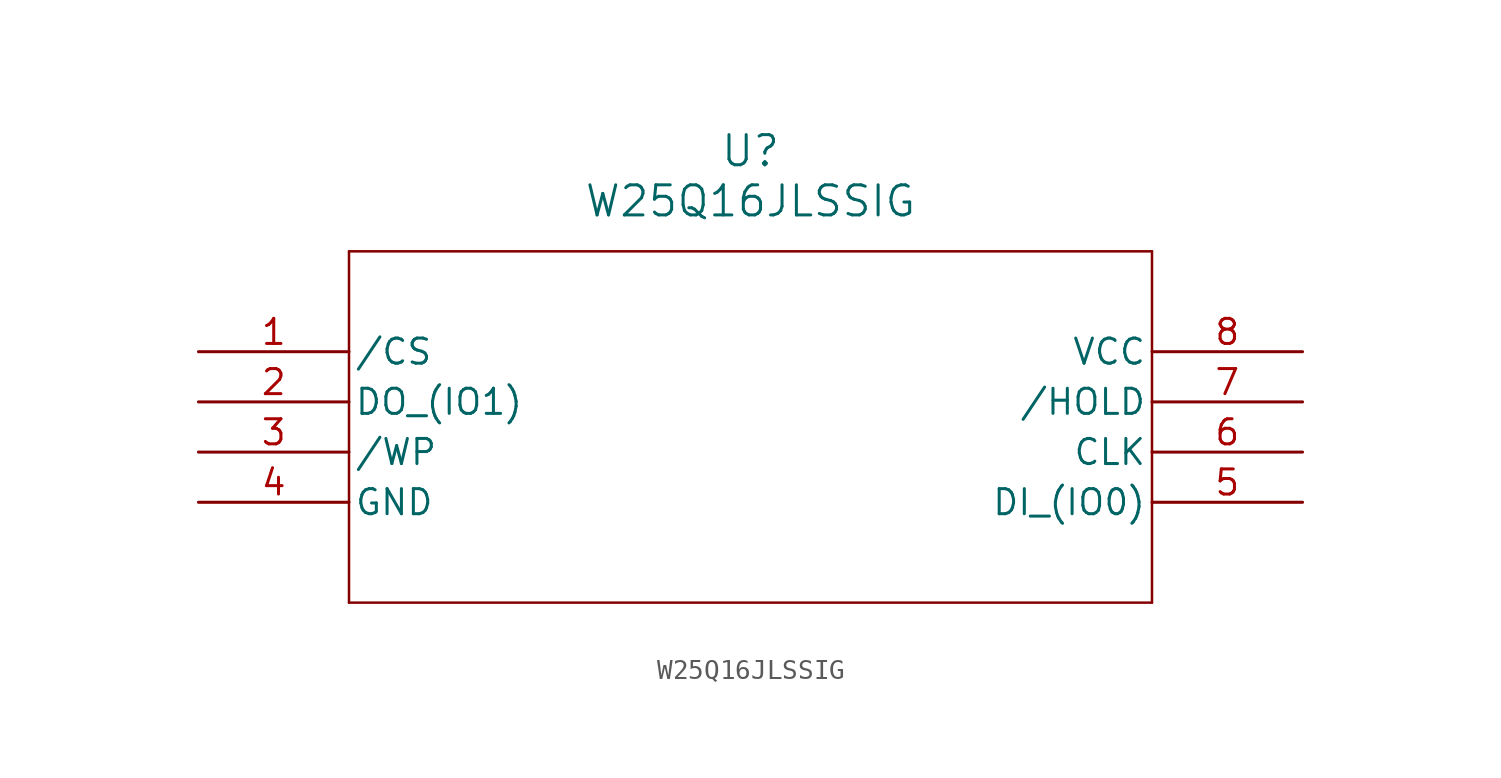
<source format=kicad_sym>
(kicad_symbol_lib
  (version 20211014)
  (generator kicad_symbol_editor)
  (symbol "W25Q16JLSSIG"
    (pin_names
      (offset 0.254))
    (property "Reference" "U"
      (at 27.94 10.16 0)
      (effects (font (size 1.524 1.524))))
    (property "Value" "W25Q16JLSSIG"
      (at 27.94 7.62 0)
      (effects (font (size 1.524 1.524))))
    (symbol "W25Q16JLSSIG_0_1"
      (polyline (pts (xy 7.62 5.08) (xy 7.62 -12.7)) (stroke (width 0.127) (type default) (color 0 0 0 0)) (fill (type none)))
      (polyline (pts (xy 7.62 -12.7) (xy 48.26 -12.7)) (stroke (width 0.127) (type default) (color 0 0 0 0)) (fill (type none)))
      (polyline (pts (xy 48.26 -12.7) (xy 48.26 5.08)) (stroke (width 0.127) (type default) (color 0 0 0 0)) (fill (type none)))
      (polyline (pts (xy 48.26 5.08) (xy 7.62 5.08)) (stroke (width 0.127) (type default) (color 0 0 0 0)) (fill (type none)))
      (pin unspecified line (at 0 0 0) (length 7.62) (name "/CS" (effects (font (size 1.27 1.27)))) (number "1" (effects (font (size 1.27 1.27)))))
      (pin unspecified line (at 0 -2.54 0) (length 7.62) (name "DO (IO1)" (effects (font (size 1.27 1.27)))) (number "2" (effects (font (size 1.27 1.27)))))
      (pin unspecified line (at 0 -5.08 0) (length 7.62) (name "/WP" (effects (font (size 1.27 1.27)))) (number "3" (effects (font (size 1.27 1.27)))))
      (pin power_out line (at 0 -7.62 0) (length 7.62) (name "GND" (effects (font (size 1.27 1.27)))) (number "4" (effects (font (size 1.27 1.27)))))
      (pin unspecified line (at 55.88 -7.62 180) (length 7.62) (name "DI (IO0)" (effects (font (size 1.27 1.27)))) (number "5" (effects (font (size 1.27 1.27)))))
      (pin unspecified line (at 55.88 -5.08 180) (length 7.62) (name "CLK" (effects (font (size 1.27 1.27)))) (number "6" (effects (font (size 1.27 1.27)))))
      (pin unspecified line (at 55.88 -2.54 180) (length 7.62) (name "/HOLD" (effects (font (size 1.27 1.27)))) (number "7" (effects (font (size 1.27 1.27)))))
      (pin power_in line (at 55.88 0 180) (length 7.62) (name "VCC" (effects (font (size 1.27 1.27)))) (number "8" (effects (font (size 1.27 1.27))))))))
</source>
